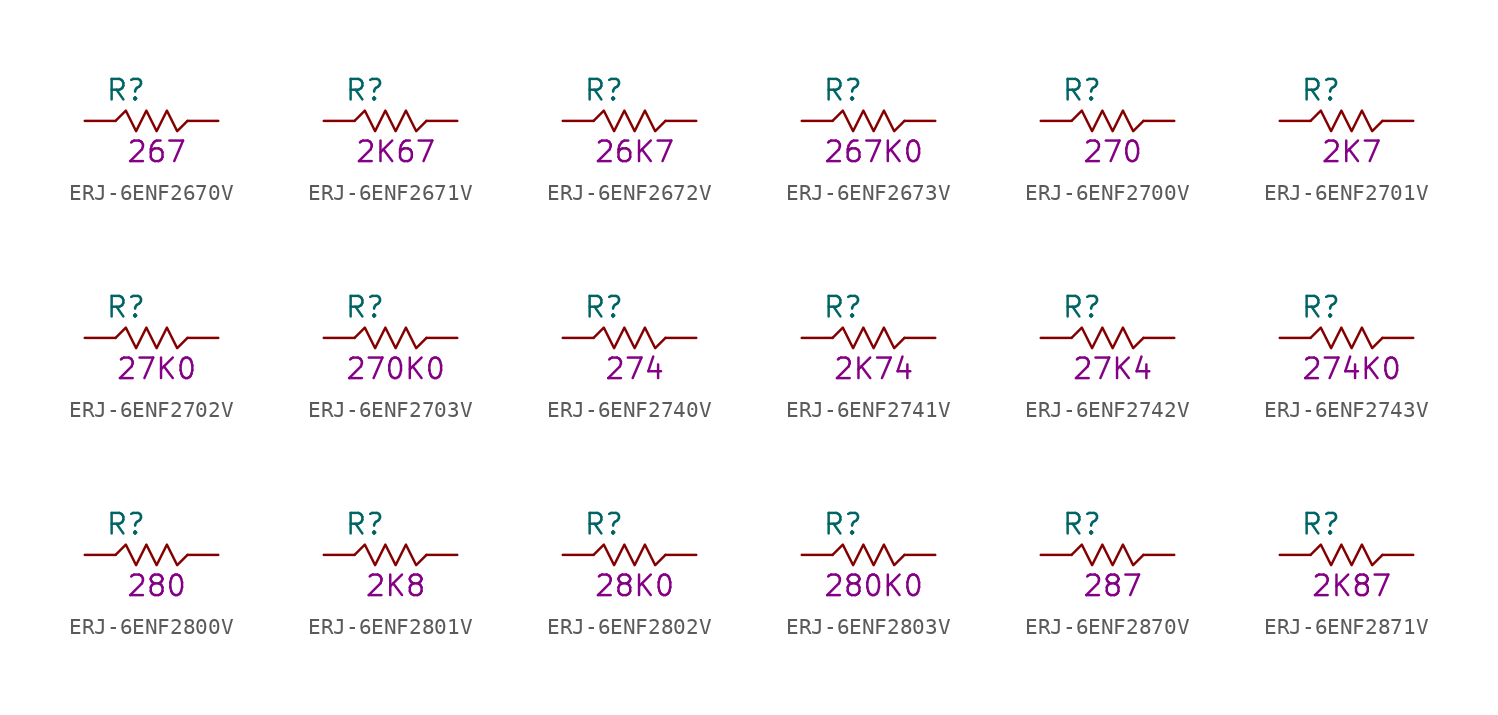
<source format=kicad_sym>
(kicad_symbol_lib
  (version 20211014)
  (generator KiCadLib_py)
  (symbol "ERJ-6ENF2670V"
    (pin_numbers hide)
    (pin_names hide)
    (property "Reference" "R"
      (at -1.905 1.905 0)
      (effects (font (size 1.27 1.27))))
    (property "Val" "267"
      (at 0 -1.905 0)
      (effects (font (size 1.27 1.27))))
    (symbol "ERJ-6ENF2670V_0_1"
      (polyline (pts (xy -2.54 0) (xy -1.905 0.635) (xy -1.27 -0.635) (xy -0.635 0.635) (xy 0 -0.635) (xy 0.635 0.635) (xy 1.27 -0.635) (xy 1.905 0)) (stroke (width 0) (type default) (color 0 0 0 0)) (fill (type none))))
    (symbol "ERJ-6ENF2670V_1_1"
      (pin passive line (at -4.445 0 0) (length 1.905) (name "~" (effects (font (size 1.27 1.27)))) (number "1" (effects (font (size 1.27 1.27)))))
      (pin passive line (at 3.81 0 180) (length 1.905) (name "~" (effects (font (size 1.27 1.27)))) (number "2" (effects (font (size 1.27 1.27)))))))
  (symbol "ERJ-6ENF2671V"
    (pin_numbers hide)
    (pin_names hide)
    (property "Reference" "R"
      (at -1.905 1.905 0)
      (effects (font (size 1.27 1.27))))
    (property "Val" "2K67"
      (at 0 -1.905 0)
      (effects (font (size 1.27 1.27))))
    (symbol "ERJ-6ENF2671V_0_1"
      (polyline (pts (xy -2.54 0) (xy -1.905 0.635) (xy -1.27 -0.635) (xy -0.635 0.635) (xy 0 -0.635) (xy 0.635 0.635) (xy 1.27 -0.635) (xy 1.905 0)) (stroke (width 0) (type default) (color 0 0 0 0)) (fill (type none))))
    (symbol "ERJ-6ENF2671V_1_1"
      (pin passive line (at -4.445 0 0) (length 1.905) (name "~" (effects (font (size 1.27 1.27)))) (number "1" (effects (font (size 1.27 1.27)))))
      (pin passive line (at 3.81 0 180) (length 1.905) (name "~" (effects (font (size 1.27 1.27)))) (number "2" (effects (font (size 1.27 1.27)))))))
  (symbol "ERJ-6ENF2672V"
    (pin_numbers hide)
    (pin_names hide)
    (property "Reference" "R"
      (at -1.905 1.905 0)
      (effects (font (size 1.27 1.27))))
    (property "Val" "26K7"
      (at 0 -1.905 0)
      (effects (font (size 1.27 1.27))))
    (symbol "ERJ-6ENF2672V_0_1"
      (polyline (pts (xy -2.54 0) (xy -1.905 0.635) (xy -1.27 -0.635) (xy -0.635 0.635) (xy 0 -0.635) (xy 0.635 0.635) (xy 1.27 -0.635) (xy 1.905 0)) (stroke (width 0) (type default) (color 0 0 0 0)) (fill (type none))))
    (symbol "ERJ-6ENF2672V_1_1"
      (pin passive line (at -4.445 0 0) (length 1.905) (name "~" (effects (font (size 1.27 1.27)))) (number "1" (effects (font (size 1.27 1.27)))))
      (pin passive line (at 3.81 0 180) (length 1.905) (name "~" (effects (font (size 1.27 1.27)))) (number "2" (effects (font (size 1.27 1.27)))))))
  (symbol "ERJ-6ENF2673V"
    (pin_numbers hide)
    (pin_names hide)
    (property "Reference" "R"
      (at -1.905 1.905 0)
      (effects (font (size 1.27 1.27))))
    (property "Val" "267K0"
      (at 0 -1.905 0)
      (effects (font (size 1.27 1.27))))
    (symbol "ERJ-6ENF2673V_0_1"
      (polyline (pts (xy -2.54 0) (xy -1.905 0.635) (xy -1.27 -0.635) (xy -0.635 0.635) (xy 0 -0.635) (xy 0.635 0.635) (xy 1.27 -0.635) (xy 1.905 0)) (stroke (width 0) (type default) (color 0 0 0 0)) (fill (type none))))
    (symbol "ERJ-6ENF2673V_1_1"
      (pin passive line (at -4.445 0 0) (length 1.905) (name "~" (effects (font (size 1.27 1.27)))) (number "1" (effects (font (size 1.27 1.27)))))
      (pin passive line (at 3.81 0 180) (length 1.905) (name "~" (effects (font (size 1.27 1.27)))) (number "2" (effects (font (size 1.27 1.27)))))))
  (symbol "ERJ-6ENF2700V"
    (pin_numbers hide)
    (pin_names hide)
    (property "Reference" "R"
      (at -1.905 1.905 0)
      (effects (font (size 1.27 1.27))))
    (property "Val" "270"
      (at 0 -1.905 0)
      (effects (font (size 1.27 1.27))))
    (symbol "ERJ-6ENF2700V_0_1"
      (polyline (pts (xy -2.54 0) (xy -1.905 0.635) (xy -1.27 -0.635) (xy -0.635 0.635) (xy 0 -0.635) (xy 0.635 0.635) (xy 1.27 -0.635) (xy 1.905 0)) (stroke (width 0) (type default) (color 0 0 0 0)) (fill (type none))))
    (symbol "ERJ-6ENF2700V_1_1"
      (pin passive line (at -4.445 0 0) (length 1.905) (name "~" (effects (font (size 1.27 1.27)))) (number "1" (effects (font (size 1.27 1.27)))))
      (pin passive line (at 3.81 0 180) (length 1.905) (name "~" (effects (font (size 1.27 1.27)))) (number "2" (effects (font (size 1.27 1.27)))))))
  (symbol "ERJ-6ENF2701V"
    (pin_numbers hide)
    (pin_names hide)
    (property "Reference" "R"
      (at -1.905 1.905 0)
      (effects (font (size 1.27 1.27))))
    (property "Val" "2K7"
      (at 0 -1.905 0)
      (effects (font (size 1.27 1.27))))
    (symbol "ERJ-6ENF2701V_0_1"
      (polyline (pts (xy -2.54 0) (xy -1.905 0.635) (xy -1.27 -0.635) (xy -0.635 0.635) (xy 0 -0.635) (xy 0.635 0.635) (xy 1.27 -0.635) (xy 1.905 0)) (stroke (width 0) (type default) (color 0 0 0 0)) (fill (type none))))
    (symbol "ERJ-6ENF2701V_1_1"
      (pin passive line (at -4.445 0 0) (length 1.905) (name "~" (effects (font (size 1.27 1.27)))) (number "1" (effects (font (size 1.27 1.27)))))
      (pin passive line (at 3.81 0 180) (length 1.905) (name "~" (effects (font (size 1.27 1.27)))) (number "2" (effects (font (size 1.27 1.27)))))))
  (symbol "ERJ-6ENF2702V"
    (pin_numbers hide)
    (pin_names hide)
    (property "Reference" "R"
      (at -1.905 1.905 0)
      (effects (font (size 1.27 1.27))))
    (property "Val" "27K0"
      (at 0 -1.905 0)
      (effects (font (size 1.27 1.27))))
    (symbol "ERJ-6ENF2702V_0_1"
      (polyline (pts (xy -2.54 0) (xy -1.905 0.635) (xy -1.27 -0.635) (xy -0.635 0.635) (xy 0 -0.635) (xy 0.635 0.635) (xy 1.27 -0.635) (xy 1.905 0)) (stroke (width 0) (type default) (color 0 0 0 0)) (fill (type none))))
    (symbol "ERJ-6ENF2702V_1_1"
      (pin passive line (at -4.445 0 0) (length 1.905) (name "~" (effects (font (size 1.27 1.27)))) (number "1" (effects (font (size 1.27 1.27)))))
      (pin passive line (at 3.81 0 180) (length 1.905) (name "~" (effects (font (size 1.27 1.27)))) (number "2" (effects (font (size 1.27 1.27)))))))
  (symbol "ERJ-6ENF2703V"
    (pin_numbers hide)
    (pin_names hide)
    (property "Reference" "R"
      (at -1.905 1.905 0)
      (effects (font (size 1.27 1.27))))
    (property "Val" "270K0"
      (at 0 -1.905 0)
      (effects (font (size 1.27 1.27))))
    (symbol "ERJ-6ENF2703V_0_1"
      (polyline (pts (xy -2.54 0) (xy -1.905 0.635) (xy -1.27 -0.635) (xy -0.635 0.635) (xy 0 -0.635) (xy 0.635 0.635) (xy 1.27 -0.635) (xy 1.905 0)) (stroke (width 0) (type default) (color 0 0 0 0)) (fill (type none))))
    (symbol "ERJ-6ENF2703V_1_1"
      (pin passive line (at -4.445 0 0) (length 1.905) (name "~" (effects (font (size 1.27 1.27)))) (number "1" (effects (font (size 1.27 1.27)))))
      (pin passive line (at 3.81 0 180) (length 1.905) (name "~" (effects (font (size 1.27 1.27)))) (number "2" (effects (font (size 1.27 1.27)))))))
  (symbol "ERJ-6ENF2740V"
    (pin_numbers hide)
    (pin_names hide)
    (property "Reference" "R"
      (at -1.905 1.905 0)
      (effects (font (size 1.27 1.27))))
    (property "Val" "274"
      (at 0 -1.905 0)
      (effects (font (size 1.27 1.27))))
    (symbol "ERJ-6ENF2740V_0_1"
      (polyline (pts (xy -2.54 0) (xy -1.905 0.635) (xy -1.27 -0.635) (xy -0.635 0.635) (xy 0 -0.635) (xy 0.635 0.635) (xy 1.27 -0.635) (xy 1.905 0)) (stroke (width 0) (type default) (color 0 0 0 0)) (fill (type none))))
    (symbol "ERJ-6ENF2740V_1_1"
      (pin passive line (at -4.445 0 0) (length 1.905) (name "~" (effects (font (size 1.27 1.27)))) (number "1" (effects (font (size 1.27 1.27)))))
      (pin passive line (at 3.81 0 180) (length 1.905) (name "~" (effects (font (size 1.27 1.27)))) (number "2" (effects (font (size 1.27 1.27)))))))
  (symbol "ERJ-6ENF2741V"
    (pin_numbers hide)
    (pin_names hide)
    (property "Reference" "R"
      (at -1.905 1.905 0)
      (effects (font (size 1.27 1.27))))
    (property "Val" "2K74"
      (at 0 -1.905 0)
      (effects (font (size 1.27 1.27))))
    (symbol "ERJ-6ENF2741V_0_1"
      (polyline (pts (xy -2.54 0) (xy -1.905 0.635) (xy -1.27 -0.635) (xy -0.635 0.635) (xy 0 -0.635) (xy 0.635 0.635) (xy 1.27 -0.635) (xy 1.905 0)) (stroke (width 0) (type default) (color 0 0 0 0)) (fill (type none))))
    (symbol "ERJ-6ENF2741V_1_1"
      (pin passive line (at -4.445 0 0) (length 1.905) (name "~" (effects (font (size 1.27 1.27)))) (number "1" (effects (font (size 1.27 1.27)))))
      (pin passive line (at 3.81 0 180) (length 1.905) (name "~" (effects (font (size 1.27 1.27)))) (number "2" (effects (font (size 1.27 1.27)))))))
  (symbol "ERJ-6ENF2742V"
    (pin_numbers hide)
    (pin_names hide)
    (property "Reference" "R"
      (at -1.905 1.905 0)
      (effects (font (size 1.27 1.27))))
    (property "Val" "27K4"
      (at 0 -1.905 0)
      (effects (font (size 1.27 1.27))))
    (symbol "ERJ-6ENF2742V_0_1"
      (polyline (pts (xy -2.54 0) (xy -1.905 0.635) (xy -1.27 -0.635) (xy -0.635 0.635) (xy 0 -0.635) (xy 0.635 0.635) (xy 1.27 -0.635) (xy 1.905 0)) (stroke (width 0) (type default) (color 0 0 0 0)) (fill (type none))))
    (symbol "ERJ-6ENF2742V_1_1"
      (pin passive line (at -4.445 0 0) (length 1.905) (name "~" (effects (font (size 1.27 1.27)))) (number "1" (effects (font (size 1.27 1.27)))))
      (pin passive line (at 3.81 0 180) (length 1.905) (name "~" (effects (font (size 1.27 1.27)))) (number "2" (effects (font (size 1.27 1.27)))))))
  (symbol "ERJ-6ENF2743V"
    (pin_numbers hide)
    (pin_names hide)
    (property "Reference" "R"
      (at -1.905 1.905 0)
      (effects (font (size 1.27 1.27))))
    (property "Val" "274K0"
      (at 0 -1.905 0)
      (effects (font (size 1.27 1.27))))
    (symbol "ERJ-6ENF2743V_0_1"
      (polyline (pts (xy -2.54 0) (xy -1.905 0.635) (xy -1.27 -0.635) (xy -0.635 0.635) (xy 0 -0.635) (xy 0.635 0.635) (xy 1.27 -0.635) (xy 1.905 0)) (stroke (width 0) (type default) (color 0 0 0 0)) (fill (type none))))
    (symbol "ERJ-6ENF2743V_1_1"
      (pin passive line (at -4.445 0 0) (length 1.905) (name "~" (effects (font (size 1.27 1.27)))) (number "1" (effects (font (size 1.27 1.27)))))
      (pin passive line (at 3.81 0 180) (length 1.905) (name "~" (effects (font (size 1.27 1.27)))) (number "2" (effects (font (size 1.27 1.27)))))))
  (symbol "ERJ-6ENF2800V"
    (pin_numbers hide)
    (pin_names hide)
    (property "Reference" "R"
      (at -1.905 1.905 0)
      (effects (font (size 1.27 1.27))))
    (property "Val" "280"
      (at 0 -1.905 0)
      (effects (font (size 1.27 1.27))))
    (symbol "ERJ-6ENF2800V_0_1"
      (polyline (pts (xy -2.54 0) (xy -1.905 0.635) (xy -1.27 -0.635) (xy -0.635 0.635) (xy 0 -0.635) (xy 0.635 0.635) (xy 1.27 -0.635) (xy 1.905 0)) (stroke (width 0) (type default) (color 0 0 0 0)) (fill (type none))))
    (symbol "ERJ-6ENF2800V_1_1"
      (pin passive line (at -4.445 0 0) (length 1.905) (name "~" (effects (font (size 1.27 1.27)))) (number "1" (effects (font (size 1.27 1.27)))))
      (pin passive line (at 3.81 0 180) (length 1.905) (name "~" (effects (font (size 1.27 1.27)))) (number "2" (effects (font (size 1.27 1.27)))))))
  (symbol "ERJ-6ENF2801V"
    (pin_numbers hide)
    (pin_names hide)
    (property "Reference" "R"
      (at -1.905 1.905 0)
      (effects (font (size 1.27 1.27))))
    (property "Val" "2K8"
      (at 0 -1.905 0)
      (effects (font (size 1.27 1.27))))
    (symbol "ERJ-6ENF2801V_0_1"
      (polyline (pts (xy -2.54 0) (xy -1.905 0.635) (xy -1.27 -0.635) (xy -0.635 0.635) (xy 0 -0.635) (xy 0.635 0.635) (xy 1.27 -0.635) (xy 1.905 0)) (stroke (width 0) (type default) (color 0 0 0 0)) (fill (type none))))
    (symbol "ERJ-6ENF2801V_1_1"
      (pin passive line (at -4.445 0 0) (length 1.905) (name "~" (effects (font (size 1.27 1.27)))) (number "1" (effects (font (size 1.27 1.27)))))
      (pin passive line (at 3.81 0 180) (length 1.905) (name "~" (effects (font (size 1.27 1.27)))) (number "2" (effects (font (size 1.27 1.27)))))))
  (symbol "ERJ-6ENF2802V"
    (pin_numbers hide)
    (pin_names hide)
    (property "Reference" "R"
      (at -1.905 1.905 0)
      (effects (font (size 1.27 1.27))))
    (property "Val" "28K0"
      (at 0 -1.905 0)
      (effects (font (size 1.27 1.27))))
    (symbol "ERJ-6ENF2802V_0_1"
      (polyline (pts (xy -2.54 0) (xy -1.905 0.635) (xy -1.27 -0.635) (xy -0.635 0.635) (xy 0 -0.635) (xy 0.635 0.635) (xy 1.27 -0.635) (xy 1.905 0)) (stroke (width 0) (type default) (color 0 0 0 0)) (fill (type none))))
    (symbol "ERJ-6ENF2802V_1_1"
      (pin passive line (at -4.445 0 0) (length 1.905) (name "~" (effects (font (size 1.27 1.27)))) (number "1" (effects (font (size 1.27 1.27)))))
      (pin passive line (at 3.81 0 180) (length 1.905) (name "~" (effects (font (size 1.27 1.27)))) (number "2" (effects (font (size 1.27 1.27)))))))
  (symbol "ERJ-6ENF2803V"
    (pin_numbers hide)
    (pin_names hide)
    (property "Reference" "R"
      (at -1.905 1.905 0)
      (effects (font (size 1.27 1.27))))
    (property "Val" "280K0"
      (at 0 -1.905 0)
      (effects (font (size 1.27 1.27))))
    (symbol "ERJ-6ENF2803V_0_1"
      (polyline (pts (xy -2.54 0) (xy -1.905 0.635) (xy -1.27 -0.635) (xy -0.635 0.635) (xy 0 -0.635) (xy 0.635 0.635) (xy 1.27 -0.635) (xy 1.905 0)) (stroke (width 0) (type default) (color 0 0 0 0)) (fill (type none))))
    (symbol "ERJ-6ENF2803V_1_1"
      (pin passive line (at -4.445 0 0) (length 1.905) (name "~" (effects (font (size 1.27 1.27)))) (number "1" (effects (font (size 1.27 1.27)))))
      (pin passive line (at 3.81 0 180) (length 1.905) (name "~" (effects (font (size 1.27 1.27)))) (number "2" (effects (font (size 1.27 1.27)))))))
  (symbol "ERJ-6ENF2870V"
    (pin_numbers hide)
    (pin_names hide)
    (property "Reference" "R"
      (at -1.905 1.905 0)
      (effects (font (size 1.27 1.27))))
    (property "Val" "287"
      (at 0 -1.905 0)
      (effects (font (size 1.27 1.27))))
    (symbol "ERJ-6ENF2870V_0_1"
      (polyline (pts (xy -2.54 0) (xy -1.905 0.635) (xy -1.27 -0.635) (xy -0.635 0.635) (xy 0 -0.635) (xy 0.635 0.635) (xy 1.27 -0.635) (xy 1.905 0)) (stroke (width 0) (type default) (color 0 0 0 0)) (fill (type none))))
    (symbol "ERJ-6ENF2870V_1_1"
      (pin passive line (at -4.445 0 0) (length 1.905) (name "~" (effects (font (size 1.27 1.27)))) (number "1" (effects (font (size 1.27 1.27)))))
      (pin passive line (at 3.81 0 180) (length 1.905) (name "~" (effects (font (size 1.27 1.27)))) (number "2" (effects (font (size 1.27 1.27)))))))
  (symbol "ERJ-6ENF2871V"
    (pin_numbers hide)
    (pin_names hide)
    (property "Reference" "R"
      (at -1.905 1.905 0)
      (effects (font (size 1.27 1.27))))
    (property "Val" "2K87"
      (at 0 -1.905 0)
      (effects (font (size 1.27 1.27))))
    (symbol "ERJ-6ENF2871V_0_1"
      (polyline (pts (xy -2.54 0) (xy -1.905 0.635) (xy -1.27 -0.635) (xy -0.635 0.635) (xy 0 -0.635) (xy 0.635 0.635) (xy 1.27 -0.635) (xy 1.905 0)) (stroke (width 0) (type default) (color 0 0 0 0)) (fill (type none))))
    (symbol "ERJ-6ENF2871V_1_1"
      (pin passive line (at -4.445 0 0) (length 1.905) (name "~" (effects (font (size 1.27 1.27)))) (number "1" (effects (font (size 1.27 1.27)))))
      (pin passive line (at 3.81 0 180) (length 1.905) (name "~" (effects (font (size 1.27 1.27)))) (number "2" (effects (font (size 1.27 1.27))))))))
</source>
